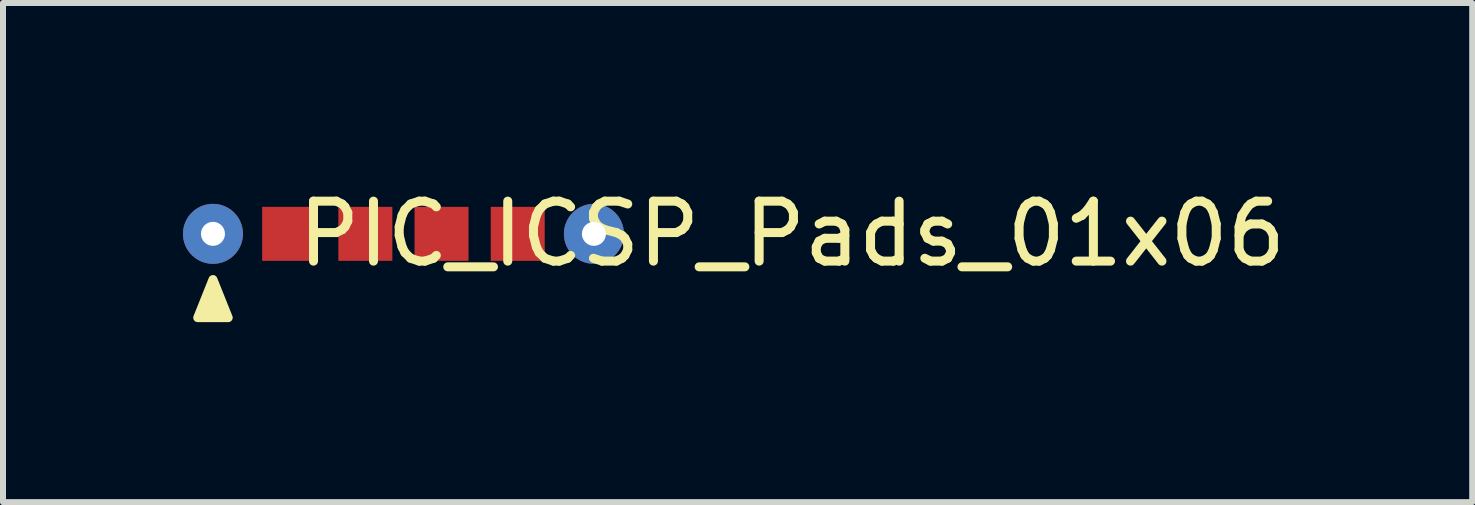
<source format=kicad_pcb>
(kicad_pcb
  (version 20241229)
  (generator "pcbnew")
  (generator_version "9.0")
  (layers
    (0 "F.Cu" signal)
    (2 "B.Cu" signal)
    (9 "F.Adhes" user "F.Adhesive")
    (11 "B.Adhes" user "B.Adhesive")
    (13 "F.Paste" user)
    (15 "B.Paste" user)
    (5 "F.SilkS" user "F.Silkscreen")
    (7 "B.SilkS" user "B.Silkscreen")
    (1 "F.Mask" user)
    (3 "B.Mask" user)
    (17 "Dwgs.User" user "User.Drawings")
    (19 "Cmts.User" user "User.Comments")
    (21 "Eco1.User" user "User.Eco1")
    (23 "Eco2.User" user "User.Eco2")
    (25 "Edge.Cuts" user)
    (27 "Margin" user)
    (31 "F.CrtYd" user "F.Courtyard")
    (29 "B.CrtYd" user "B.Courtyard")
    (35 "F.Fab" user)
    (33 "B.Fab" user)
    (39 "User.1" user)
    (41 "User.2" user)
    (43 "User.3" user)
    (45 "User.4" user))
  (footprint "PIC_ICSP_Pads_01x06"
    (layer "F.Cu")
    (at 4.056 0.848)
    (property "Reference" "PIC_ICSP_Pads_01x06" (at 6.096 0 0) (layer "F.SilkS") (effects (font (size 1 1) (thickness 0.15))))
    (attr through_hole)
    (fp_poly (pts (xy -3.556 0.762) (xy -3.81 1.397) (xy -3.302 1.397)) (stroke (width 0.15) (type solid)) (fill yes) (layer "F.SilkS"))
    (pad "1" thru_hole circle (at -3.556 0) (size 1 1) (drill 0.4) (layers "*.Cu" "*.Mask"))
    (pad "2" smd rect (at -2.286 0) (size 0.9 0.9) (layers "F.Cu" "F.Mask"))
    (pad "3" smd rect (at -1.016 0) (size 0.9 0.9) (layers "F.Cu" "F.Mask"))
    (pad "4" smd rect (at 0.254 0) (size 0.9 0.9) (layers "F.Cu" "F.Mask"))
    (pad "5" smd rect (at 1.524 0) (size 0.9 0.9) (layers "F.Cu" "F.Mask"))
    (pad "6" thru_hole circle (at 2.794 0) (size 1 1) (drill 0.4) (layers "*.Cu" "*.Mask")))
  (gr_rect
    (start -3 -3)
    (end 21.491 5.32)
    (stroke (width 0.1) (type default))
    (fill no)
    (layer "Edge.Cuts")))
</source>
